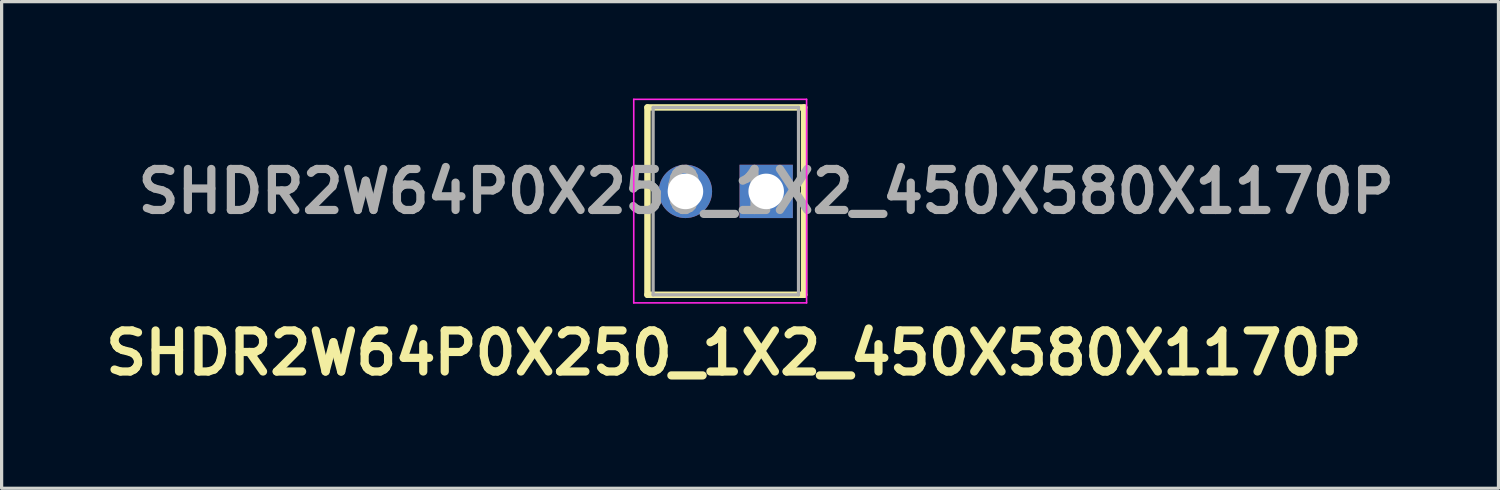
<source format=kicad_pcb>
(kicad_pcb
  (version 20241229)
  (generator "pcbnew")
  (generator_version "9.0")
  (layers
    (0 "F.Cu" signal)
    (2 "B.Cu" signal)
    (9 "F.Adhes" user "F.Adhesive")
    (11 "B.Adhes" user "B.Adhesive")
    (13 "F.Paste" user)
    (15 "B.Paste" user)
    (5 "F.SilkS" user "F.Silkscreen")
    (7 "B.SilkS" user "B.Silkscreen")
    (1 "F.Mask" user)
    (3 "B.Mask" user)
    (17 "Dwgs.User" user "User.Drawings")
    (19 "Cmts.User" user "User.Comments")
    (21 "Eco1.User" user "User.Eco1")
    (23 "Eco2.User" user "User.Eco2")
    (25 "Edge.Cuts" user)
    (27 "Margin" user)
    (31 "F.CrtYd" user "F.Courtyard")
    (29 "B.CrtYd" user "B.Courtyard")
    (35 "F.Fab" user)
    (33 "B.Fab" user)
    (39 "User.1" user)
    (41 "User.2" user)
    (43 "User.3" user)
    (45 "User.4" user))
  (footprint "SHDR2W64P0X250_1X2_450X580X1170P"
    (layer "F.Cu")
    (at 20.667 2.875)
    (property "Reference" "SHDR2W64P0X250_1X2_450X580X1170P" (at -1 5 0) (layer "F.SilkS") (effects (font (size 1.27 1.27) (thickness 0.254))))
    (attr through_hole)
    (fp_line (start -3.675 -2.6) (end 1.175 -2.6) (stroke (width 0.2) (type solid)) (layer "F.SilkS"))
    (fp_line (start -3.675 3.2) (end -3.675 -2.6) (stroke (width 0.2) (type solid)) (layer "F.SilkS"))
    (fp_line (start 1.175 -2.6) (end 1.175 3.2) (stroke (width 0.2) (type solid)) (layer "F.SilkS"))
    (fp_line (start 1.175 3.2) (end -3.675 3.2) (stroke (width 0.2) (type solid)) (layer "F.SilkS"))
    (fp_line (start -4.1 -2.85) (end 1.25 -2.85) (stroke (width 0.05) (type solid)) (layer "F.CrtYd"))
    (fp_line (start -4.1 3.45) (end -4.1 -2.85) (stroke (width 0.05) (type solid)) (layer "F.CrtYd"))
    (fp_line (start 1.25 -2.85) (end 1.25 3.45) (stroke (width 0.05) (type solid)) (layer "F.CrtYd"))
    (fp_line (start 1.25 3.45) (end -4.1 3.45) (stroke (width 0.05) (type solid)) (layer "F.CrtYd"))
    (fp_line (start -3.5 -2.6) (end 1 -2.6) (stroke (width 0.1) (type solid)) (layer "F.Fab"))
    (fp_line (start -3.5 3.2) (end -3.5 -2.6) (stroke (width 0.1) (type solid)) (layer "F.Fab"))
    (fp_line (start 1 -2.6) (end 1 3.2) (stroke (width 0.1) (type solid)) (layer "F.Fab"))
    (fp_line (start 1 3.2) (end -3.5 3.2) (stroke (width 0.1) (type solid)) (layer "F.Fab"))
    (fp_text user "${REFERENCE}" (at 0 0 0) (layer "F.Fab") (effects (font (size 1.27 1.27) (thickness 0.254))))
    (pad "1" thru_hole rect (at 0 0) (size 1.65 1.65) (drill 1.1) (layers "*.Cu" "*.Mask"))
    (pad "2" thru_hole circle (at -2.5 0) (size 1.65 1.65) (drill 1.1) (layers "*.Cu" "*.Mask")))
  (gr_rect
    (start -3 -3)
    (end 43.334 12.064)
    (stroke (width 0.1) (type default))
    (fill no)
    (layer "Edge.Cuts")))
</source>
